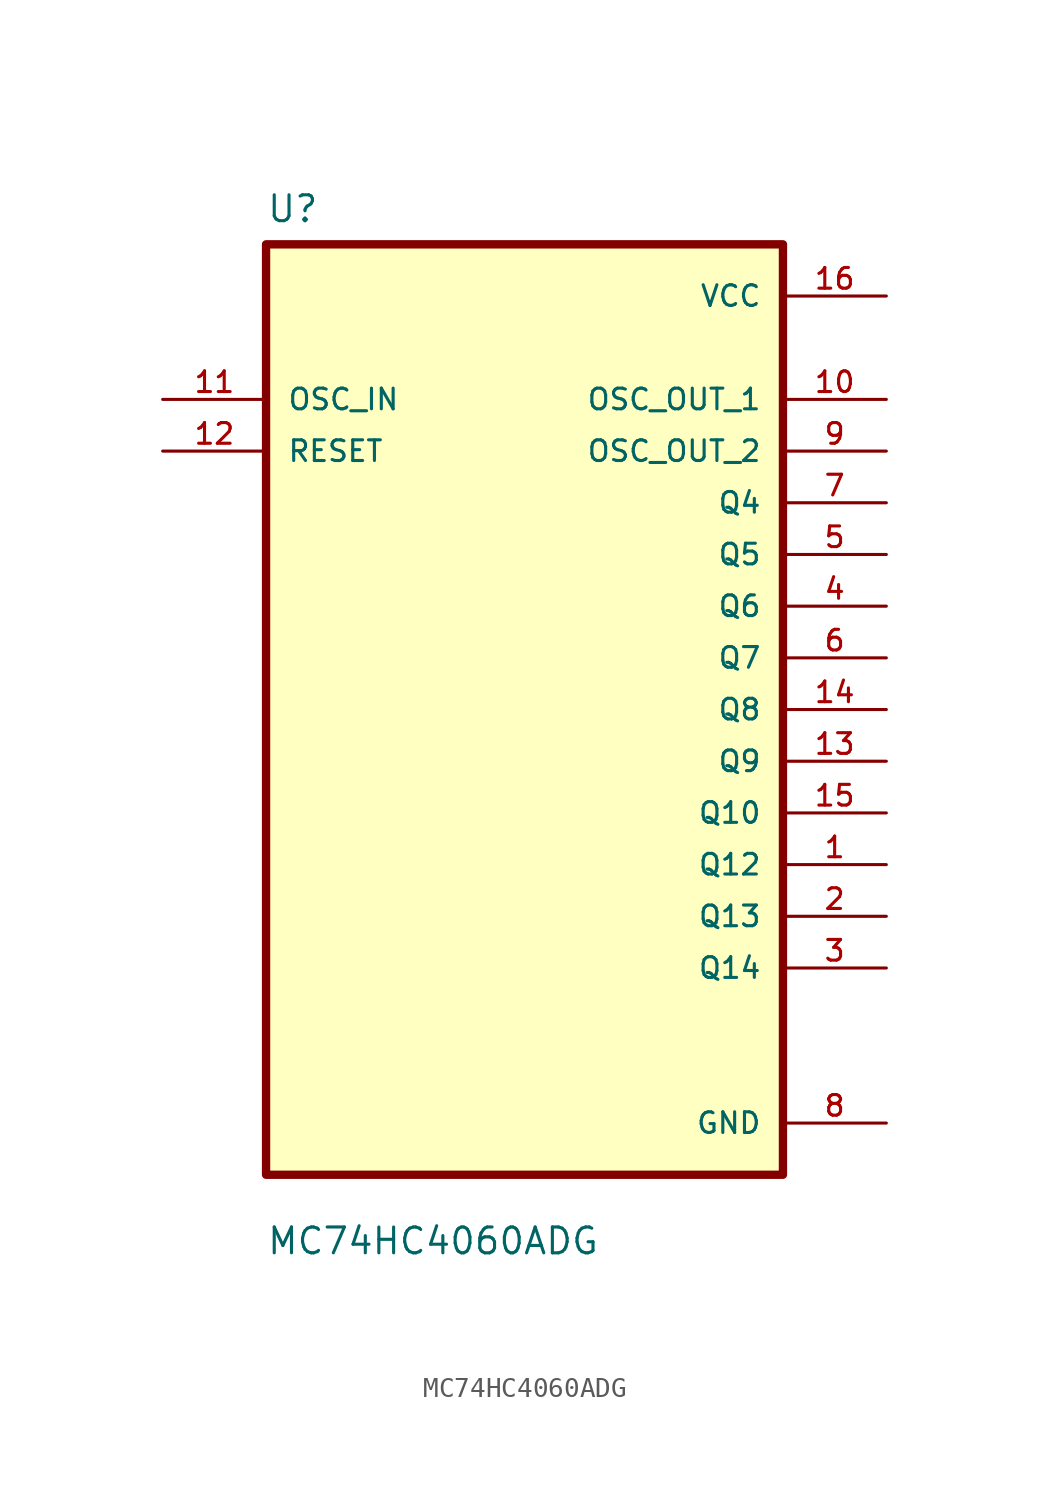
<source format=kicad_sym>
(kicad_symbol_lib
  (version 20211014)
  (generator kicad_symbol_editor)
  (symbol "MC74HC4060ADG"
    (pin_names
      (offset 1.016))
    (property "Reference" "U"
      (at -12.7 23.86 0.0)
      (effects (font (size 1.27 1.27)) (justify bottom left)))
    (property "Value" "MC74HC4060ADG"
      (at -12.7 -26.86 0.0)
      (effects (font (size 1.27 1.27)) (justify bottom left)))
    (symbol "MC74HC4060ADG_0_0"
      (rectangle (start -12.7 -22.86) (end 12.7 22.86) (stroke (width 0.41)) (fill (type background)))
      (pin input line (at -17.78 15.24 0) (length 5.08) (name "OSC_IN" (effects (font (size 1.016 1.016)))) (number "11" (effects (font (size 1.016 1.016)))))
      (pin input line (at -17.78 12.7 0) (length 5.08) (name "RESET" (effects (font (size 1.016 1.016)))) (number "12" (effects (font (size 1.016 1.016)))))
      (pin power_in line (at 17.78 20.32 180.0) (length 5.08) (name "VCC" (effects (font (size 1.016 1.016)))) (number "16" (effects (font (size 1.016 1.016)))))
      (pin output line (at 17.78 15.24 180.0) (length 5.08) (name "OSC_OUT_1" (effects (font (size 1.016 1.016)))) (number "10" (effects (font (size 1.016 1.016)))))
      (pin output line (at 17.78 12.7 180.0) (length 5.08) (name "OSC_OUT_2" (effects (font (size 1.016 1.016)))) (number "9" (effects (font (size 1.016 1.016)))))
      (pin output line (at 17.78 10.16 180.0) (length 5.08) (name "Q4" (effects (font (size 1.016 1.016)))) (number "7" (effects (font (size 1.016 1.016)))))
      (pin output line (at 17.78 7.62 180.0) (length 5.08) (name "Q5" (effects (font (size 1.016 1.016)))) (number "5" (effects (font (size 1.016 1.016)))))
      (pin output line (at 17.78 5.08 180.0) (length 5.08) (name "Q6" (effects (font (size 1.016 1.016)))) (number "4" (effects (font (size 1.016 1.016)))))
      (pin output line (at 17.78 2.54 180.0) (length 5.08) (name "Q7" (effects (font (size 1.016 1.016)))) (number "6" (effects (font (size 1.016 1.016)))))
      (pin output line (at 17.78 0.0 180.0) (length 5.08) (name "Q8" (effects (font (size 1.016 1.016)))) (number "14" (effects (font (size 1.016 1.016)))))
      (pin output line (at 17.78 -2.54 180.0) (length 5.08) (name "Q9" (effects (font (size 1.016 1.016)))) (number "13" (effects (font (size 1.016 1.016)))))
      (pin output line (at 17.78 -5.08 180.0) (length 5.08) (name "Q10" (effects (font (size 1.016 1.016)))) (number "15" (effects (font (size 1.016 1.016)))))
      (pin output line (at 17.78 -7.62 180.0) (length 5.08) (name "Q12" (effects (font (size 1.016 1.016)))) (number "1" (effects (font (size 1.016 1.016)))))
      (pin output line (at 17.78 -10.16 180.0) (length 5.08) (name "Q13" (effects (font (size 1.016 1.016)))) (number "2" (effects (font (size 1.016 1.016)))))
      (pin output line (at 17.78 -12.7 180.0) (length 5.08) (name "Q14" (effects (font (size 1.016 1.016)))) (number "3" (effects (font (size 1.016 1.016)))))
      (pin power_in line (at 17.78 -20.32 180.0) (length 5.08) (name "GND" (effects (font (size 1.016 1.016)))) (number "8" (effects (font (size 1.016 1.016))))))))
</source>
